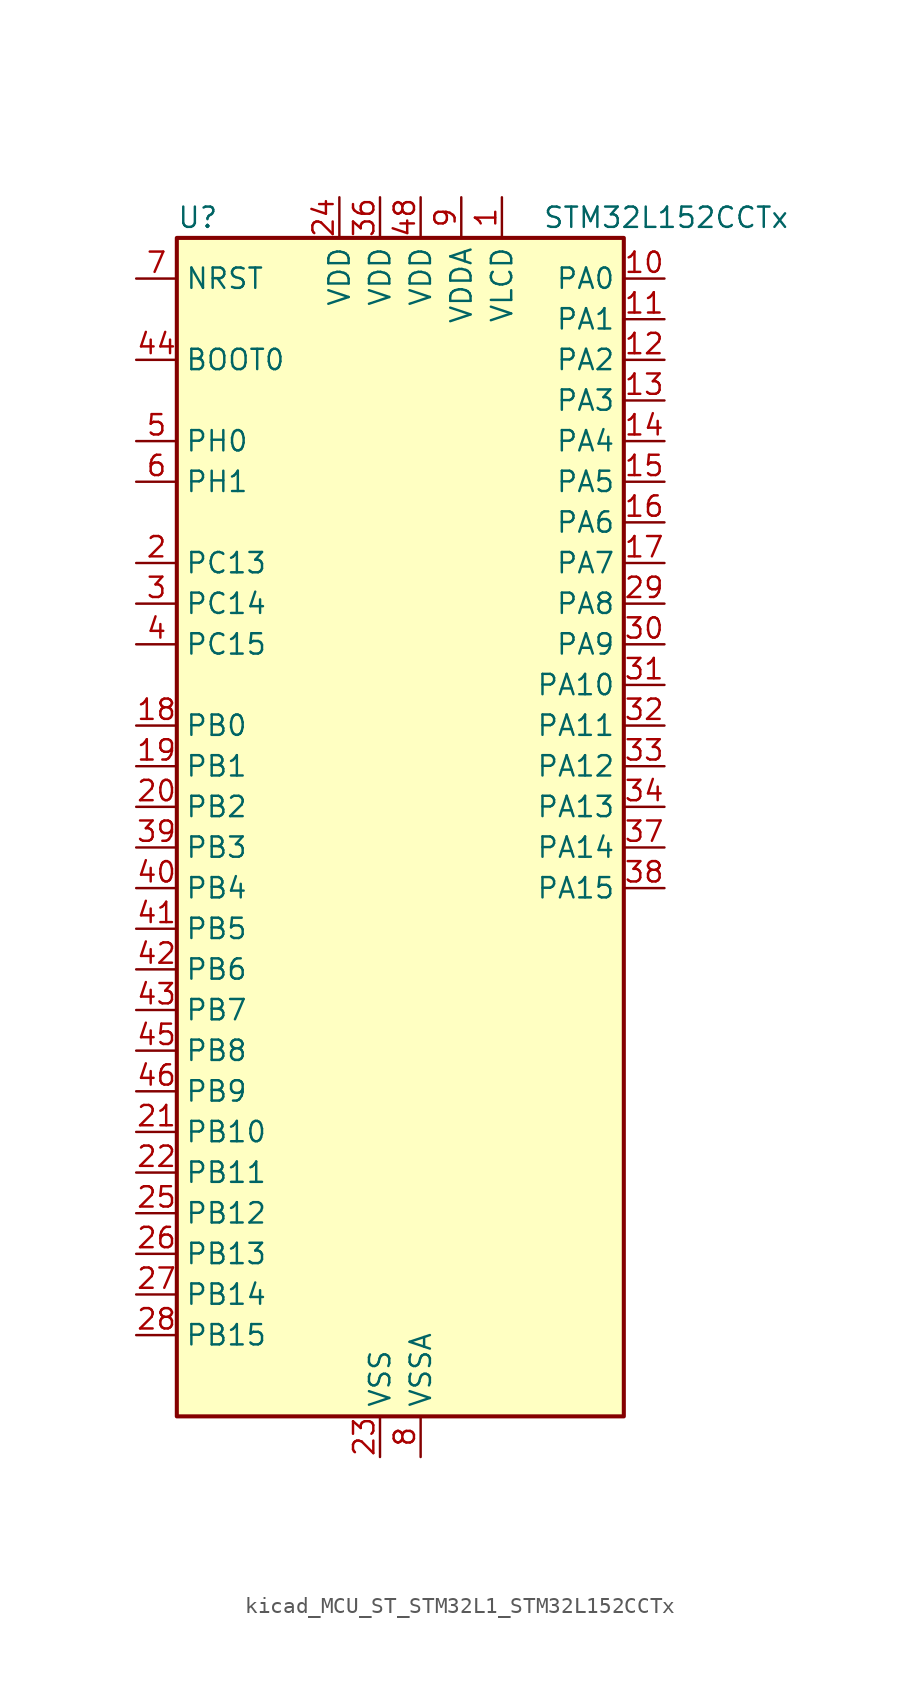
<source format=kicad_sym>
(kicad_symbol_lib
  (version 20220914)
  (generator kicad_symbol_editor)
  (symbol "kicad_MCU_ST_STM32L1_STM32L152CCTx"
    (property "Reference" "U"
      (at -12.7 39.37 0)
      (effects (font (size 1.27 1.27)) (justify left)))
    (property "Value" "STM32L152CCTx"
      (at 10.16 39.37 0)
      (effects (font (size 1.27 1.27)) (justify left)))
    (property "ki_locked" ""
      (at 0 0 0)
      (effects (font (size 1.27 1.27))))
    (symbol "kicad_MCU_ST_STM32L1_STM32L152CCTx_0_1"
      (rectangle (start -12.7 -35.56) (end 15.24 38.1) (stroke (width 0.254) (type default)) (fill (type background))))
    (symbol "kicad_MCU_ST_STM32L1_STM32L152CCTx_1_1"
      (pin power_in line (at 7.62 40.64 270) (length 2.54) (name "VLCD" (effects (font (size 1.27 1.27)))) (number "1" (effects (font (size 1.27 1.27)))))
      (pin bidirectional line (at 17.78 35.56 180) (length 2.54) (name "PA0" (effects (font (size 1.27 1.27)))) (number "10" (effects (font (size 1.27 1.27)))) (alternate "ADC_IN0" bidirectional line) (alternate "COMP1_INP" bidirectional line) (alternate "RTC_TAMP2" bidirectional line) (alternate "SYS_WKUP1" bidirectional line) (alternate "TIM2_CH1" bidirectional line) (alternate "TIM2_ETR" bidirectional line) (alternate "TIM5_CH1" bidirectional line) (alternate "TIMX_IC1" bidirectional line) (alternate "TS_G1_IO1" bidirectional line) (alternate "USART2_CTS" bidirectional line))
      (pin bidirectional line (at 17.78 33.02 180) (length 2.54) (name "PA1" (effects (font (size 1.27 1.27)))) (number "11" (effects (font (size 1.27 1.27)))) (alternate "ADC_IN1" bidirectional line) (alternate "COMP1_INP" bidirectional line) (alternate "LCD_SEG0" bidirectional line) (alternate "OPAMP1_VINP" bidirectional line) (alternate "TIM2_CH2" bidirectional line) (alternate "TIM5_CH2" bidirectional line) (alternate "TIMX_IC2" bidirectional line) (alternate "TS_G1_IO2" bidirectional line) (alternate "USART2_RTS" bidirectional line))
      (pin bidirectional line (at 17.78 30.48 180) (length 2.54) (name "PA2" (effects (font (size 1.27 1.27)))) (number "12" (effects (font (size 1.27 1.27)))) (alternate "ADC_IN2" bidirectional line) (alternate "COMP1_INP" bidirectional line) (alternate "LCD_SEG1" bidirectional line) (alternate "OPAMP1_VINM" bidirectional line) (alternate "TIM2_CH3" bidirectional line) (alternate "TIM5_CH3" bidirectional line) (alternate "TIM9_CH1" bidirectional line) (alternate "TIMX_IC3" bidirectional line) (alternate "TS_G1_IO3" bidirectional line) (alternate "USART2_TX" bidirectional line))
      (pin bidirectional line (at 17.78 27.94 180) (length 2.54) (name "PA3" (effects (font (size 1.27 1.27)))) (number "13" (effects (font (size 1.27 1.27)))) (alternate "ADC_IN3" bidirectional line) (alternate "COMP1_INP" bidirectional line) (alternate "LCD_SEG2" bidirectional line) (alternate "OPAMP1_VOUT" bidirectional line) (alternate "TIM2_CH4" bidirectional line) (alternate "TIM5_CH4" bidirectional line) (alternate "TIM9_CH2" bidirectional line) (alternate "TIMX_IC4" bidirectional line) (alternate "TS_G1_IO4" bidirectional line) (alternate "USART2_RX" bidirectional line))
      (pin bidirectional line (at 17.78 25.4 180) (length 2.54) (name "PA4" (effects (font (size 1.27 1.27)))) (number "14" (effects (font (size 1.27 1.27)))) (alternate "ADC_IN4" bidirectional line) (alternate "COMP1_INP" bidirectional line) (alternate "DAC_OUT1" bidirectional line) (alternate "I2S3_WS" bidirectional line) (alternate "SPI1_NSS" bidirectional line) (alternate "SPI3_NSS" bidirectional line) (alternate "TIMX_IC1" bidirectional line) (alternate "USART2_CK" bidirectional line))
      (pin bidirectional line (at 17.78 22.86 180) (length 2.54) (name "PA5" (effects (font (size 1.27 1.27)))) (number "15" (effects (font (size 1.27 1.27)))) (alternate "ADC_IN5" bidirectional line) (alternate "COMP1_INP" bidirectional line) (alternate "DAC_OUT2" bidirectional line) (alternate "SPI1_SCK" bidirectional line) (alternate "TIM2_CH1" bidirectional line) (alternate "TIM2_ETR" bidirectional line) (alternate "TIMX_IC2" bidirectional line))
      (pin bidirectional line (at 17.78 20.32 180) (length 2.54) (name "PA6" (effects (font (size 1.27 1.27)))) (number "16" (effects (font (size 1.27 1.27)))) (alternate "ADC_IN6" bidirectional line) (alternate "COMP1_INP" bidirectional line) (alternate "LCD_SEG3" bidirectional line) (alternate "OPAMP2_VINP" bidirectional line) (alternate "SPI1_MISO" bidirectional line) (alternate "TIM10_CH1" bidirectional line) (alternate "TIM3_CH1" bidirectional line) (alternate "TIMX_IC3" bidirectional line) (alternate "TS_G2_IO1" bidirectional line))
      (pin bidirectional line (at 17.78 17.78 180) (length 2.54) (name "PA7" (effects (font (size 1.27 1.27)))) (number "17" (effects (font (size 1.27 1.27)))) (alternate "ADC_IN7" bidirectional line) (alternate "COMP1_INP" bidirectional line) (alternate "LCD_SEG4" bidirectional line) (alternate "OPAMP2_VINM" bidirectional line) (alternate "SPI1_MOSI" bidirectional line) (alternate "TIM11_CH1" bidirectional line) (alternate "TIM3_CH2" bidirectional line) (alternate "TIMX_IC4" bidirectional line) (alternate "TS_G2_IO2" bidirectional line))
      (pin bidirectional line (at -15.24 7.62 0) (length 2.54) (name "PB0" (effects (font (size 1.27 1.27)))) (number "18" (effects (font (size 1.27 1.27)))) (alternate "ADC_IN8" bidirectional line) (alternate "COMP1_INP" bidirectional line) (alternate "LCD_SEG5" bidirectional line) (alternate "OPAMP2_VOUT" bidirectional line) (alternate "SYS_V_REF_OUT" bidirectional line) (alternate "TIM3_CH3" bidirectional line) (alternate "TS_G3_IO1" bidirectional line))
      (pin bidirectional line (at -15.24 5.08 0) (length 2.54) (name "PB1" (effects (font (size 1.27 1.27)))) (number "19" (effects (font (size 1.27 1.27)))) (alternate "ADC_IN9" bidirectional line) (alternate "COMP1_INP" bidirectional line) (alternate "LCD_SEG6" bidirectional line) (alternate "SYS_V_REF_OUT" bidirectional line) (alternate "TIM3_CH4" bidirectional line) (alternate "TS_G3_IO2" bidirectional line))
      (pin bidirectional line (at -15.24 17.78 0) (length 2.54) (name "PC13" (effects (font (size 1.27 1.27)))) (number "2" (effects (font (size 1.27 1.27)))) (alternate "RTC_OUT_ALARM" bidirectional line) (alternate "RTC_OUT_CALIB" bidirectional line) (alternate "RTC_TAMP1" bidirectional line) (alternate "RTC_TS" bidirectional line) (alternate "SYS_WKUP2" bidirectional line) (alternate "TIMX_IC2" bidirectional line))
      (pin bidirectional line (at -15.24 2.54 0) (length 2.54) (name "PB2" (effects (font (size 1.27 1.27)))) (number "20" (effects (font (size 1.27 1.27)))) (alternate "TS_G3_IO3" bidirectional line))
      (pin bidirectional line (at -15.24 -17.78 0) (length 2.54) (name "PB10" (effects (font (size 1.27 1.27)))) (number "21" (effects (font (size 1.27 1.27)))) (alternate "I2C2_SCL" bidirectional line) (alternate "LCD_SEG10" bidirectional line) (alternate "TIM2_CH3" bidirectional line) (alternate "USART3_TX" bidirectional line))
      (pin bidirectional line (at -15.24 -20.32 0) (length 2.54) (name "PB11" (effects (font (size 1.27 1.27)))) (number "22" (effects (font (size 1.27 1.27)))) (alternate "ADC_EXTI11" bidirectional line) (alternate "I2C2_SDA" bidirectional line) (alternate "LCD_SEG11" bidirectional line) (alternate "TIM2_CH4" bidirectional line) (alternate "USART3_RX" bidirectional line))
      (pin power_in line (at 0 -38.1 90) (length 2.54) (name "VSS" (effects (font (size 1.27 1.27)))) (number "23" (effects (font (size 1.27 1.27)))))
      (pin power_in line (at -2.54 40.64 270) (length 2.54) (name "VDD" (effects (font (size 1.27 1.27)))) (number "24" (effects (font (size 1.27 1.27)))))
      (pin bidirectional line (at -15.24 -22.86 0) (length 2.54) (name "PB12" (effects (font (size 1.27 1.27)))) (number "25" (effects (font (size 1.27 1.27)))) (alternate "ADC_IN18" bidirectional line) (alternate "COMP1_INP" bidirectional line) (alternate "I2C2_SMBA" bidirectional line) (alternate "I2S2_WS" bidirectional line) (alternate "LCD_SEG12" bidirectional line) (alternate "SPI2_NSS" bidirectional line) (alternate "TIM10_CH1" bidirectional line) (alternate "TS_G7_IO1" bidirectional line) (alternate "USART3_CK" bidirectional line))
      (pin bidirectional line (at -15.24 -25.4 0) (length 2.54) (name "PB13" (effects (font (size 1.27 1.27)))) (number "26" (effects (font (size 1.27 1.27)))) (alternate "ADC_IN19" bidirectional line) (alternate "COMP1_INP" bidirectional line) (alternate "I2S2_CK" bidirectional line) (alternate "LCD_SEG13" bidirectional line) (alternate "SPI2_SCK" bidirectional line) (alternate "TIM9_CH1" bidirectional line) (alternate "TS_G7_IO2" bidirectional line) (alternate "USART3_CTS" bidirectional line))
      (pin bidirectional line (at -15.24 -27.94 0) (length 2.54) (name "PB14" (effects (font (size 1.27 1.27)))) (number "27" (effects (font (size 1.27 1.27)))) (alternate "ADC_IN20" bidirectional line) (alternate "COMP1_INP" bidirectional line) (alternate "LCD_SEG14" bidirectional line) (alternate "SPI2_MISO" bidirectional line) (alternate "TIM9_CH2" bidirectional line) (alternate "TS_G7_IO3" bidirectional line) (alternate "USART3_RTS" bidirectional line))
      (pin bidirectional line (at -15.24 -30.48 0) (length 2.54) (name "PB15" (effects (font (size 1.27 1.27)))) (number "28" (effects (font (size 1.27 1.27)))) (alternate "ADC_EXTI15" bidirectional line) (alternate "ADC_IN21" bidirectional line) (alternate "COMP1_INP" bidirectional line) (alternate "I2S2_SD" bidirectional line) (alternate "LCD_SEG15" bidirectional line) (alternate "RTC_REFIN" bidirectional line) (alternate "SPI2_MOSI" bidirectional line) (alternate "TIM11_CH1" bidirectional line) (alternate "TS_G7_IO4" bidirectional line))
      (pin bidirectional line (at 17.78 15.24 180) (length 2.54) (name "PA8" (effects (font (size 1.27 1.27)))) (number "29" (effects (font (size 1.27 1.27)))) (alternate "LCD_COM0" bidirectional line) (alternate "RCC_MCO" bidirectional line) (alternate "TIMX_IC1" bidirectional line) (alternate "TS_G4_IO1" bidirectional line) (alternate "USART1_CK" bidirectional line))
      (pin bidirectional line (at -15.24 15.24 0) (length 2.54) (name "PC14" (effects (font (size 1.27 1.27)))) (number "3" (effects (font (size 1.27 1.27)))) (alternate "RCC_OSC32_IN" bidirectional line) (alternate "TIMX_IC3" bidirectional line))
      (pin bidirectional line (at 17.78 12.7 180) (length 2.54) (name "PA9" (effects (font (size 1.27 1.27)))) (number "30" (effects (font (size 1.27 1.27)))) (alternate "DAC_EXTI9" bidirectional line) (alternate "LCD_COM1" bidirectional line) (alternate "TIMX_IC2" bidirectional line) (alternate "TS_G4_IO2" bidirectional line) (alternate "USART1_TX" bidirectional line))
      (pin bidirectional line (at 17.78 10.16 180) (length 2.54) (name "PA10" (effects (font (size 1.27 1.27)))) (number "31" (effects (font (size 1.27 1.27)))) (alternate "LCD_COM2" bidirectional line) (alternate "TIMX_IC3" bidirectional line) (alternate "TS_G4_IO3" bidirectional line) (alternate "USART1_RX" bidirectional line))
      (pin bidirectional line (at 17.78 7.62 180) (length 2.54) (name "PA11" (effects (font (size 1.27 1.27)))) (number "32" (effects (font (size 1.27 1.27)))) (alternate "ADC_EXTI11" bidirectional line) (alternate "SPI1_MISO" bidirectional line) (alternate "TIMX_IC4" bidirectional line) (alternate "USART1_CTS" bidirectional line) (alternate "USB_DM" bidirectional line))
      (pin bidirectional line (at 17.78 5.08 180) (length 2.54) (name "PA12" (effects (font (size 1.27 1.27)))) (number "33" (effects (font (size 1.27 1.27)))) (alternate "SPI1_MOSI" bidirectional line) (alternate "TIMX_IC1" bidirectional line) (alternate "USART1_RTS" bidirectional line) (alternate "USB_DP" bidirectional line))
      (pin bidirectional line (at 17.78 2.54 180) (length 2.54) (name "PA13" (effects (font (size 1.27 1.27)))) (number "34" (effects (font (size 1.27 1.27)))) (alternate "SYS_JTMS-SWDIO" bidirectional line) (alternate "TIMX_IC2" bidirectional line) (alternate "TS_G5_IO1" bidirectional line))
      (pin passive line (at 0 -38.1 90) (length 2.54) hide (name "VSS" (effects (font (size 1.27 1.27)))) (number "35" (effects (font (size 1.27 1.27)))))
      (pin power_in line (at 0 40.64 270) (length 2.54) (name "VDD" (effects (font (size 1.27 1.27)))) (number "36" (effects (font (size 1.27 1.27)))))
      (pin bidirectional line (at 17.78 0 180) (length 2.54) (name "PA14" (effects (font (size 1.27 1.27)))) (number "37" (effects (font (size 1.27 1.27)))) (alternate "SYS_JTCK-SWCLK" bidirectional line) (alternate "TIMX_IC3" bidirectional line) (alternate "TS_G5_IO2" bidirectional line))
      (pin bidirectional line (at 17.78 -2.54 180) (length 2.54) (name "PA15" (effects (font (size 1.27 1.27)))) (number "38" (effects (font (size 1.27 1.27)))) (alternate "ADC_EXTI15" bidirectional line) (alternate "I2S3_WS" bidirectional line) (alternate "LCD_SEG17" bidirectional line) (alternate "SPI1_NSS" bidirectional line) (alternate "SPI3_NSS" bidirectional line) (alternate "SYS_JTDI" bidirectional line) (alternate "TIM2_CH1" bidirectional line) (alternate "TIM2_ETR" bidirectional line) (alternate "TIMX_IC4" bidirectional line) (alternate "TS_G5_IO3" bidirectional line))
      (pin bidirectional line (at -15.24 0 0) (length 2.54) (name "PB3" (effects (font (size 1.27 1.27)))) (number "39" (effects (font (size 1.27 1.27)))) (alternate "COMP2_INM" bidirectional line) (alternate "I2S3_CK" bidirectional line) (alternate "LCD_SEG7" bidirectional line) (alternate "SPI1_SCK" bidirectional line) (alternate "SPI3_SCK" bidirectional line) (alternate "SYS_JTDO-TRACESWO" bidirectional line) (alternate "TIM2_CH2" bidirectional line))
      (pin bidirectional line (at -15.24 12.7 0) (length 2.54) (name "PC15" (effects (font (size 1.27 1.27)))) (number "4" (effects (font (size 1.27 1.27)))) (alternate "ADC_EXTI15" bidirectional line) (alternate "RCC_OSC32_OUT" bidirectional line) (alternate "TIMX_IC4" bidirectional line))
      (pin bidirectional line (at -15.24 -2.54 0) (length 2.54) (name "PB4" (effects (font (size 1.27 1.27)))) (number "40" (effects (font (size 1.27 1.27)))) (alternate "COMP2_INP" bidirectional line) (alternate "LCD_SEG8" bidirectional line) (alternate "SPI1_MISO" bidirectional line) (alternate "SPI3_MISO" bidirectional line) (alternate "SYS_JTRST" bidirectional line) (alternate "TIM3_CH1" bidirectional line) (alternate "TS_G6_IO1" bidirectional line))
      (pin bidirectional line (at -15.24 -5.08 0) (length 2.54) (name "PB5" (effects (font (size 1.27 1.27)))) (number "41" (effects (font (size 1.27 1.27)))) (alternate "COMP2_INP" bidirectional line) (alternate "I2C1_SMBA" bidirectional line) (alternate "I2S3_SD" bidirectional line) (alternate "LCD_SEG9" bidirectional line) (alternate "SPI1_MOSI" bidirectional line) (alternate "SPI3_MOSI" bidirectional line) (alternate "TIM3_CH2" bidirectional line) (alternate "TS_G6_IO2" bidirectional line))
      (pin bidirectional line (at -15.24 -7.62 0) (length 2.54) (name "PB6" (effects (font (size 1.27 1.27)))) (number "42" (effects (font (size 1.27 1.27)))) (alternate "COMP2_INP" bidirectional line) (alternate "I2C1_SCL" bidirectional line) (alternate "TIM4_CH1" bidirectional line) (alternate "TS_G6_IO3" bidirectional line) (alternate "USART1_TX" bidirectional line))
      (pin bidirectional line (at -15.24 -10.16 0) (length 2.54) (name "PB7" (effects (font (size 1.27 1.27)))) (number "43" (effects (font (size 1.27 1.27)))) (alternate "COMP2_INP" bidirectional line) (alternate "I2C1_SDA" bidirectional line) (alternate "SYS_PVD_IN" bidirectional line) (alternate "TIM4_CH2" bidirectional line) (alternate "TS_G6_IO4" bidirectional line) (alternate "USART1_RX" bidirectional line))
      (pin input line (at -15.24 30.48 0) (length 2.54) (name "BOOT0" (effects (font (size 1.27 1.27)))) (number "44" (effects (font (size 1.27 1.27)))))
      (pin bidirectional line (at -15.24 -12.7 0) (length 2.54) (name "PB8" (effects (font (size 1.27 1.27)))) (number "45" (effects (font (size 1.27 1.27)))) (alternate "I2C1_SCL" bidirectional line) (alternate "LCD_SEG16" bidirectional line) (alternate "TIM10_CH1" bidirectional line) (alternate "TIM4_CH3" bidirectional line))
      (pin bidirectional line (at -15.24 -15.24 0) (length 2.54) (name "PB9" (effects (font (size 1.27 1.27)))) (number "46" (effects (font (size 1.27 1.27)))) (alternate "DAC_EXTI9" bidirectional line) (alternate "I2C1_SDA" bidirectional line) (alternate "LCD_COM3" bidirectional line) (alternate "TIM11_CH1" bidirectional line) (alternate "TIM4_CH4" bidirectional line))
      (pin passive line (at 0 -38.1 90) (length 2.54) hide (name "VSS" (effects (font (size 1.27 1.27)))) (number "47" (effects (font (size 1.27 1.27)))))
      (pin power_in line (at 2.54 40.64 270) (length 2.54) (name "VDD" (effects (font (size 1.27 1.27)))) (number "48" (effects (font (size 1.27 1.27)))))
      (pin bidirectional line (at -15.24 25.4 0) (length 2.54) (name "PH0" (effects (font (size 1.27 1.27)))) (number "5" (effects (font (size 1.27 1.27)))) (alternate "RCC_OSC_IN" bidirectional line))
      (pin bidirectional line (at -15.24 22.86 0) (length 2.54) (name "PH1" (effects (font (size 1.27 1.27)))) (number "6" (effects (font (size 1.27 1.27)))) (alternate "RCC_OSC_OUT" bidirectional line))
      (pin input line (at -15.24 35.56 0) (length 2.54) (name "NRST" (effects (font (size 1.27 1.27)))) (number "7" (effects (font (size 1.27 1.27)))))
      (pin power_in line (at 2.54 -38.1 90) (length 2.54) (name "VSSA" (effects (font (size 1.27 1.27)))) (number "8" (effects (font (size 1.27 1.27)))))
      (pin power_in line (at 5.08 40.64 270) (length 2.54) (name "VDDA" (effects (font (size 1.27 1.27)))) (number "9" (effects (font (size 1.27 1.27))))))))
</source>
